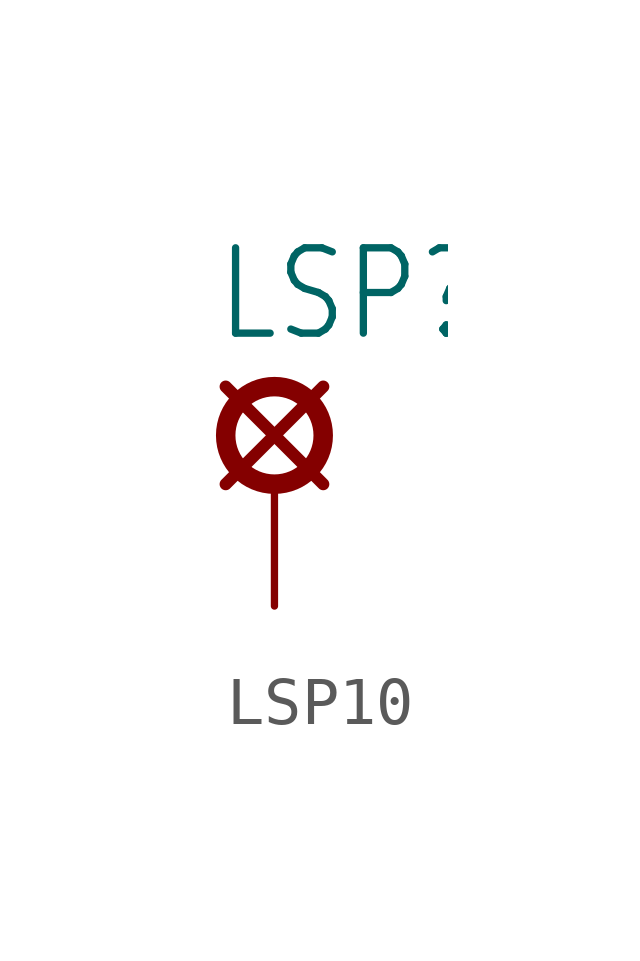
<source format=kicad_sym>
(kicad_symbol_lib
  (version 20211014)
  (generator kicad_symbol_editor)
  (symbol "LSP10"
    (property "Reference" "LSP"
      (at -1.27 2.921 0)
      (effects (font (size 1.778 1.511)) (justify left bottom)))
    (property "ki_locked" ""
      (at 0 0 0)
      (effects (font (size 1.27 1.27))))
    (symbol "LSP10_1_0"
      (polyline (pts (xy -1.016 0) (xy 1.016 2.032)) (stroke (width 0.254) (type default) (color 0 0 0 0)) (fill (type none)))
      (polyline (pts (xy -1.016 2.032) (xy 1.016 0)) (stroke (width 0.254) (type default) (color 0 0 0 0)) (fill (type none)))
      (circle (center 0 1.016) (radius 1.016) (stroke (width 0.406) (type default) (color 0 0 0 0)) (fill (type none)))
      (pin passive line (at 0 -2.54 90) (length 2.54) (name "MP" (effects (font (size 0 0)))) (number "1" (effects (font (size 0 0))))))))
</source>
